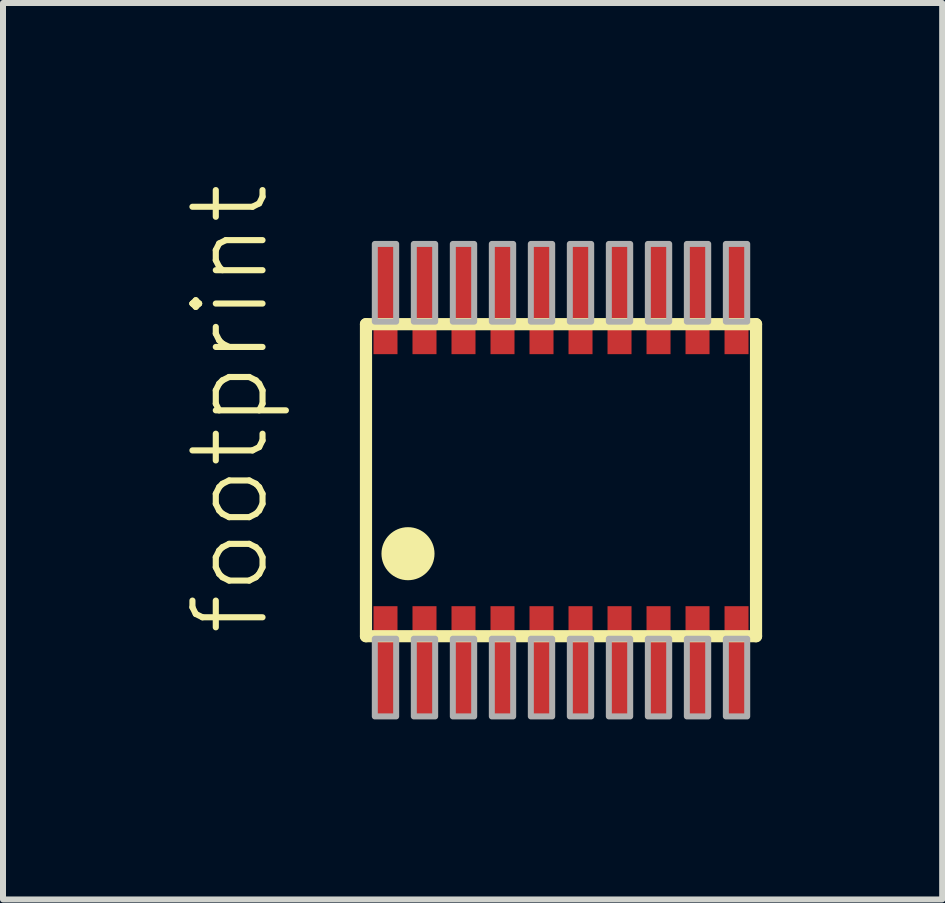
<source format=kicad_pcb>
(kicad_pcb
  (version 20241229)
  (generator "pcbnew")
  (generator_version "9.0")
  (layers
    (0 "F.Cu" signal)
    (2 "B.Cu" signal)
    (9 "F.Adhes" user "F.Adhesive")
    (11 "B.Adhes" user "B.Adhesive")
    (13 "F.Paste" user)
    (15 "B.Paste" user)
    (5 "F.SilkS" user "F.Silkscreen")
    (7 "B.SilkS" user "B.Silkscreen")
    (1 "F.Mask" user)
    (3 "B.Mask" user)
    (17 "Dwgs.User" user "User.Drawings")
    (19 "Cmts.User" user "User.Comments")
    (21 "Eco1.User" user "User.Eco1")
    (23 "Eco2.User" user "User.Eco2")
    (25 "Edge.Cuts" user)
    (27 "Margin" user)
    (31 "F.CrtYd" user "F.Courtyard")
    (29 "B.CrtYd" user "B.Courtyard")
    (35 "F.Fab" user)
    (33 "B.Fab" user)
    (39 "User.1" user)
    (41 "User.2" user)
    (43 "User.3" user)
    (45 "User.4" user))
  (footprint "footprint"
    (layer "F.Cu")
    (at 6.299 4.952)
    (property "Reference" "footprint" (at -4.826 2.63 90) (layer "F.SilkS") (effects (font (size 1.168 1.168) (thickness 0.102)) (justify left bottom)))
    (fp_line (start -3.25 -2.6) (end -3.25 2.6) (stroke (width 0.203) (type solid)) (layer "F.SilkS"))
    (fp_line (start -3.25 2.6) (end 3.25 2.6) (stroke (width 0.203) (type solid)) (layer "F.SilkS"))
    (fp_line (start 3.25 -2.6) (end -3.25 -2.6) (stroke (width 0.203) (type solid)) (layer "F.SilkS"))
    (fp_line (start 3.25 2.6) (end 3.25 -2.6) (stroke (width 0.203) (type solid)) (layer "F.SilkS"))
    (fp_circle (center -2.55 1.225) (end -2.329 1.225) (stroke (width 0.442) (type solid)) (fill yes) (layer "F.SilkS"))
    (fp_poly (pts (xy -3.103 -2.642) (xy -2.747 -2.642) (xy -2.747 -3.937) (xy -3.103 -3.937)) (stroke (width 0.1) (type solid)) (fill no) (layer "F.Fab"))
    (fp_poly (pts (xy -3.103 3.937) (xy -2.747 3.937) (xy -2.747 2.642) (xy -3.103 2.642)) (stroke (width 0.1) (type solid)) (fill no) (layer "F.Fab"))
    (fp_poly (pts (xy -2.453 -2.642) (xy -2.097 -2.642) (xy -2.097 -3.937) (xy -2.453 -3.937)) (stroke (width 0.1) (type solid)) (fill no) (layer "F.Fab"))
    (fp_poly (pts (xy -2.453 3.937) (xy -2.097 3.937) (xy -2.097 2.642) (xy -2.453 2.642)) (stroke (width 0.1) (type solid)) (fill no) (layer "F.Fab"))
    (fp_poly (pts (xy -1.803 -2.642) (xy -1.447 -2.642) (xy -1.447 -3.937) (xy -1.803 -3.937)) (stroke (width 0.1) (type solid)) (fill no) (layer "F.Fab"))
    (fp_poly (pts (xy -1.803 3.937) (xy -1.447 3.937) (xy -1.447 2.642) (xy -1.803 2.642)) (stroke (width 0.1) (type solid)) (fill no) (layer "F.Fab"))
    (fp_poly (pts (xy -1.153 -2.642) (xy -0.797 -2.642) (xy -0.797 -3.937) (xy -1.153 -3.937)) (stroke (width 0.1) (type solid)) (fill no) (layer "F.Fab"))
    (fp_poly (pts (xy -1.153 3.937) (xy -0.797 3.937) (xy -0.797 2.642) (xy -1.153 2.642)) (stroke (width 0.1) (type solid)) (fill no) (layer "F.Fab"))
    (fp_poly (pts (xy -0.503 -2.642) (xy -0.147 -2.642) (xy -0.147 -3.937) (xy -0.503 -3.937)) (stroke (width 0.1) (type solid)) (fill no) (layer "F.Fab"))
    (fp_poly (pts (xy -0.503 3.937) (xy -0.147 3.937) (xy -0.147 2.642) (xy -0.503 2.642)) (stroke (width 0.1) (type solid)) (fill no) (layer "F.Fab"))
    (fp_poly (pts (xy 0.147 -2.642) (xy 0.503 -2.642) (xy 0.503 -3.937) (xy 0.147 -3.937)) (stroke (width 0.1) (type solid)) (fill no) (layer "F.Fab"))
    (fp_poly (pts (xy 0.147 3.937) (xy 0.503 3.937) (xy 0.503 2.642) (xy 0.147 2.642)) (stroke (width 0.1) (type solid)) (fill no) (layer "F.Fab"))
    (fp_poly (pts (xy 0.797 -2.642) (xy 1.153 -2.642) (xy 1.153 -3.937) (xy 0.797 -3.937)) (stroke (width 0.1) (type solid)) (fill no) (layer "F.Fab"))
    (fp_poly (pts (xy 0.797 3.937) (xy 1.153 3.937) (xy 1.153 2.642) (xy 0.797 2.642)) (stroke (width 0.1) (type solid)) (fill no) (layer "F.Fab"))
    (fp_poly (pts (xy 1.447 -2.642) (xy 1.803 -2.642) (xy 1.803 -3.937) (xy 1.447 -3.937)) (stroke (width 0.1) (type solid)) (fill no) (layer "F.Fab"))
    (fp_poly (pts (xy 1.447 3.937) (xy 1.803 3.937) (xy 1.803 2.642) (xy 1.447 2.642)) (stroke (width 0.1) (type solid)) (fill no) (layer "F.Fab"))
    (fp_poly (pts (xy 2.097 -2.642) (xy 2.453 -2.642) (xy 2.453 -3.937) (xy 2.097 -3.937)) (stroke (width 0.1) (type solid)) (fill no) (layer "F.Fab"))
    (fp_poly (pts (xy 2.097 3.937) (xy 2.453 3.937) (xy 2.453 2.642) (xy 2.097 2.642)) (stroke (width 0.1) (type solid)) (fill no) (layer "F.Fab"))
    (fp_poly (pts (xy 2.747 -2.642) (xy 3.103 -2.642) (xy 3.103 -3.937) (xy 2.747 -3.937)) (stroke (width 0.1) (type solid)) (fill no) (layer "F.Fab"))
    (fp_poly (pts (xy 2.747 3.937) (xy 3.103 3.937) (xy 3.103 2.642) (xy 2.747 2.642)) (stroke (width 0.1) (type solid)) (fill no) (layer "F.Fab"))
    (pad "1" smd rect (at -2.925 3) (size 0.4 1.8) (layers "F.Cu" "F.Mask" "F.Paste"))
    (pad "2" smd rect (at -2.275 3) (size 0.4 1.8) (layers "F.Cu" "F.Mask" "F.Paste"))
    (pad "3" smd rect (at -1.625 3) (size 0.4 1.8) (layers "F.Cu" "F.Mask" "F.Paste"))
    (pad "4" smd rect (at -0.975 3) (size 0.4 1.8) (layers "F.Cu" "F.Mask" "F.Paste"))
    (pad "5" smd rect (at -0.325 3) (size 0.4 1.8) (layers "F.Cu" "F.Mask" "F.Paste"))
    (pad "6" smd rect (at 0.325 3) (size 0.4 1.8) (layers "F.Cu" "F.Mask" "F.Paste"))
    (pad "7" smd rect (at 0.975 3) (size 0.4 1.8) (layers "F.Cu" "F.Mask" "F.Paste"))
    (pad "8" smd rect (at 1.625 3) (size 0.4 1.8) (layers "F.Cu" "F.Mask" "F.Paste"))
    (pad "9" smd rect (at 2.275 3) (size 0.4 1.8) (layers "F.Cu" "F.Mask" "F.Paste"))
    (pad "10" smd rect (at 2.925 3) (size 0.4 1.8) (layers "F.Cu" "F.Mask" "F.Paste"))
    (pad "11" smd rect (at 2.925 -3 180) (size 0.4 1.8) (layers "F.Cu" "F.Mask" "F.Paste"))
    (pad "12" smd rect (at 2.275 -3 180) (size 0.4 1.8) (layers "F.Cu" "F.Mask" "F.Paste"))
    (pad "13" smd rect (at 1.625 -3) (size 0.4 1.8) (layers "F.Cu" "F.Mask" "F.Paste"))
    (pad "14" smd rect (at 0.975 -3) (size 0.4 1.8) (layers "F.Cu" "F.Mask" "F.Paste"))
    (pad "15" smd rect (at 0.325 -3) (size 0.4 1.8) (layers "F.Cu" "F.Mask" "F.Paste"))
    (pad "16" smd rect (at -0.325 -3) (size 0.4 1.8) (layers "F.Cu" "F.Mask" "F.Paste"))
    (pad "17" smd rect (at -0.975 -3) (size 0.4 1.8) (layers "F.Cu" "F.Mask" "F.Paste"))
    (pad "18" smd rect (at -1.625 -3) (size 0.4 1.8) (layers "F.Cu" "F.Mask" "F.Paste"))
    (pad "19" smd rect (at -2.275 -3) (size 0.4 1.8) (layers "F.Cu" "F.Mask" "F.Paste"))
    (pad "20" smd rect (at -2.925 -3) (size 0.4 1.8) (layers "F.Cu" "F.Mask" "F.Paste")))
  (gr_rect
    (start -3 -3)
    (end 12.651 11.939)
    (stroke (width 0.1) (type default))
    (fill no)
    (layer "Edge.Cuts")))
</source>
